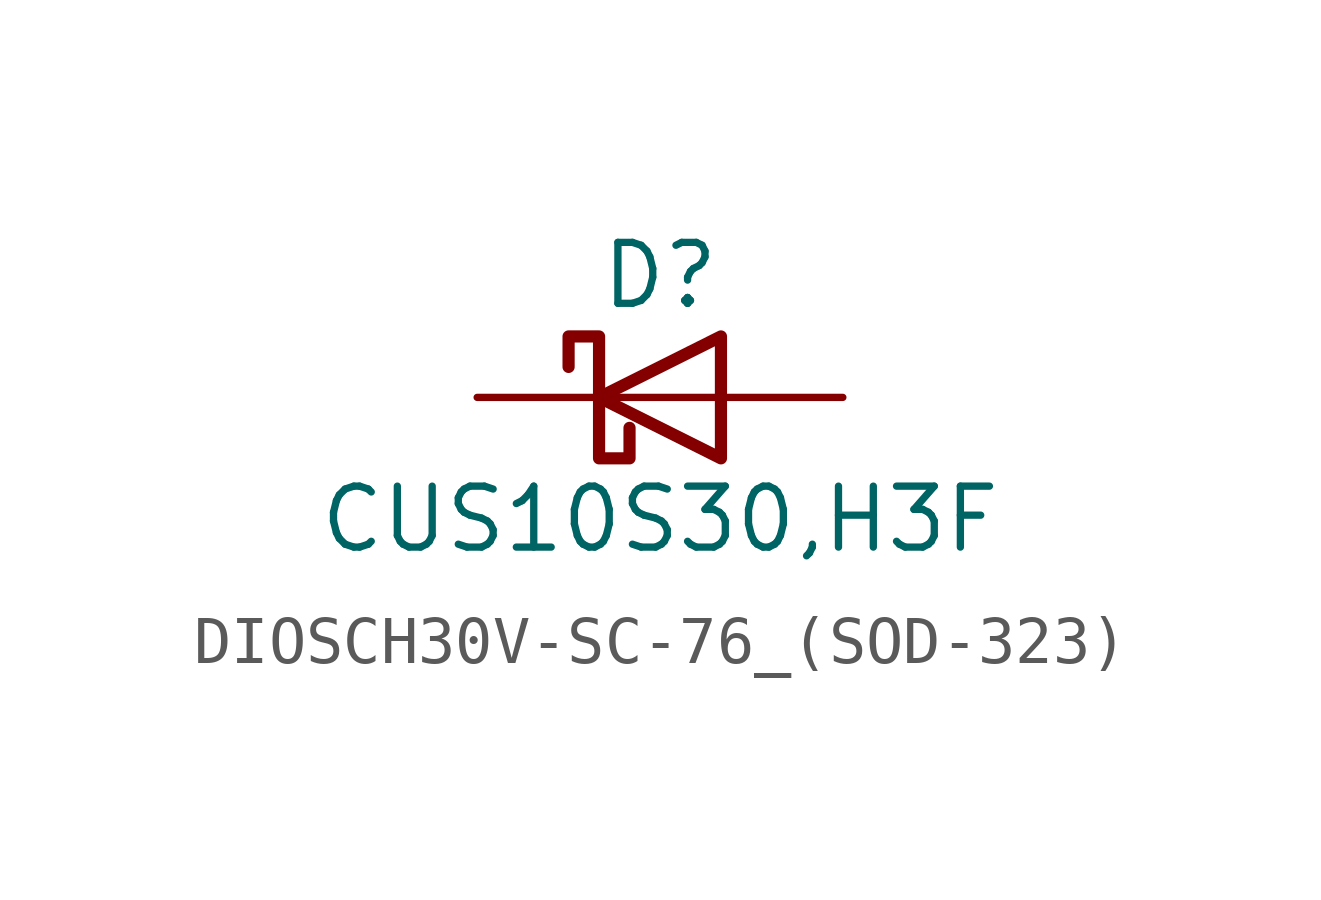
<source format=kicad_sym>
(kicad_symbol_lib
  (version 20241209)
  (generator "kicad_symbol_editor")
  (generator_version "9.0")
  (symbol "DIOSCH30V-SC-76_(SOD-323)"
    (pin_numbers
      (hide yes))
    (pin_names
      (offset 1.016)
      (hide yes))
    (property "Reference" "D"
      (at 0 2.54 0)
      (effects (font (size 1.27 1.27))))
    (property "Value" "CUS10S30,H3F"
      (at 0 -2.54 0)
      (effects (font (size 1.27 1.27))))
    (symbol "DIOSCH30V-SC-76_(SOD-323)_0_1"
      (polyline (pts (xy -1.905 0.635) (xy -1.905 1.27) (xy -1.27 1.27) (xy -1.27 -1.27) (xy -0.635 -1.27) (xy -0.635 -0.635)) (stroke (width 0.254) (type solid)) (fill (type none)))
      (polyline (pts (xy 1.27 1.27) (xy 1.27 -1.27) (xy -1.27 0) (xy 1.27 1.27)) (stroke (width 0.254) (type solid)) (fill (type none)))
      (polyline (pts (xy 1.27 0) (xy -1.27 0)) (stroke (width 0) (type solid)) (fill (type none))))
    (symbol "DIOSCH30V-SC-76_(SOD-323)_1_1"
      (pin passive line (at -3.81 0 0) (length 2.54) (name "K" (effects (font (size 1.27 1.27)))) (number "1" (effects (font (size 1.27 1.27)))))
      (pin passive line (at 3.81 0 180) (length 2.54) (name "A" (effects (font (size 1.27 1.27)))) (number "2" (effects (font (size 1.27 1.27))))))))
</source>
